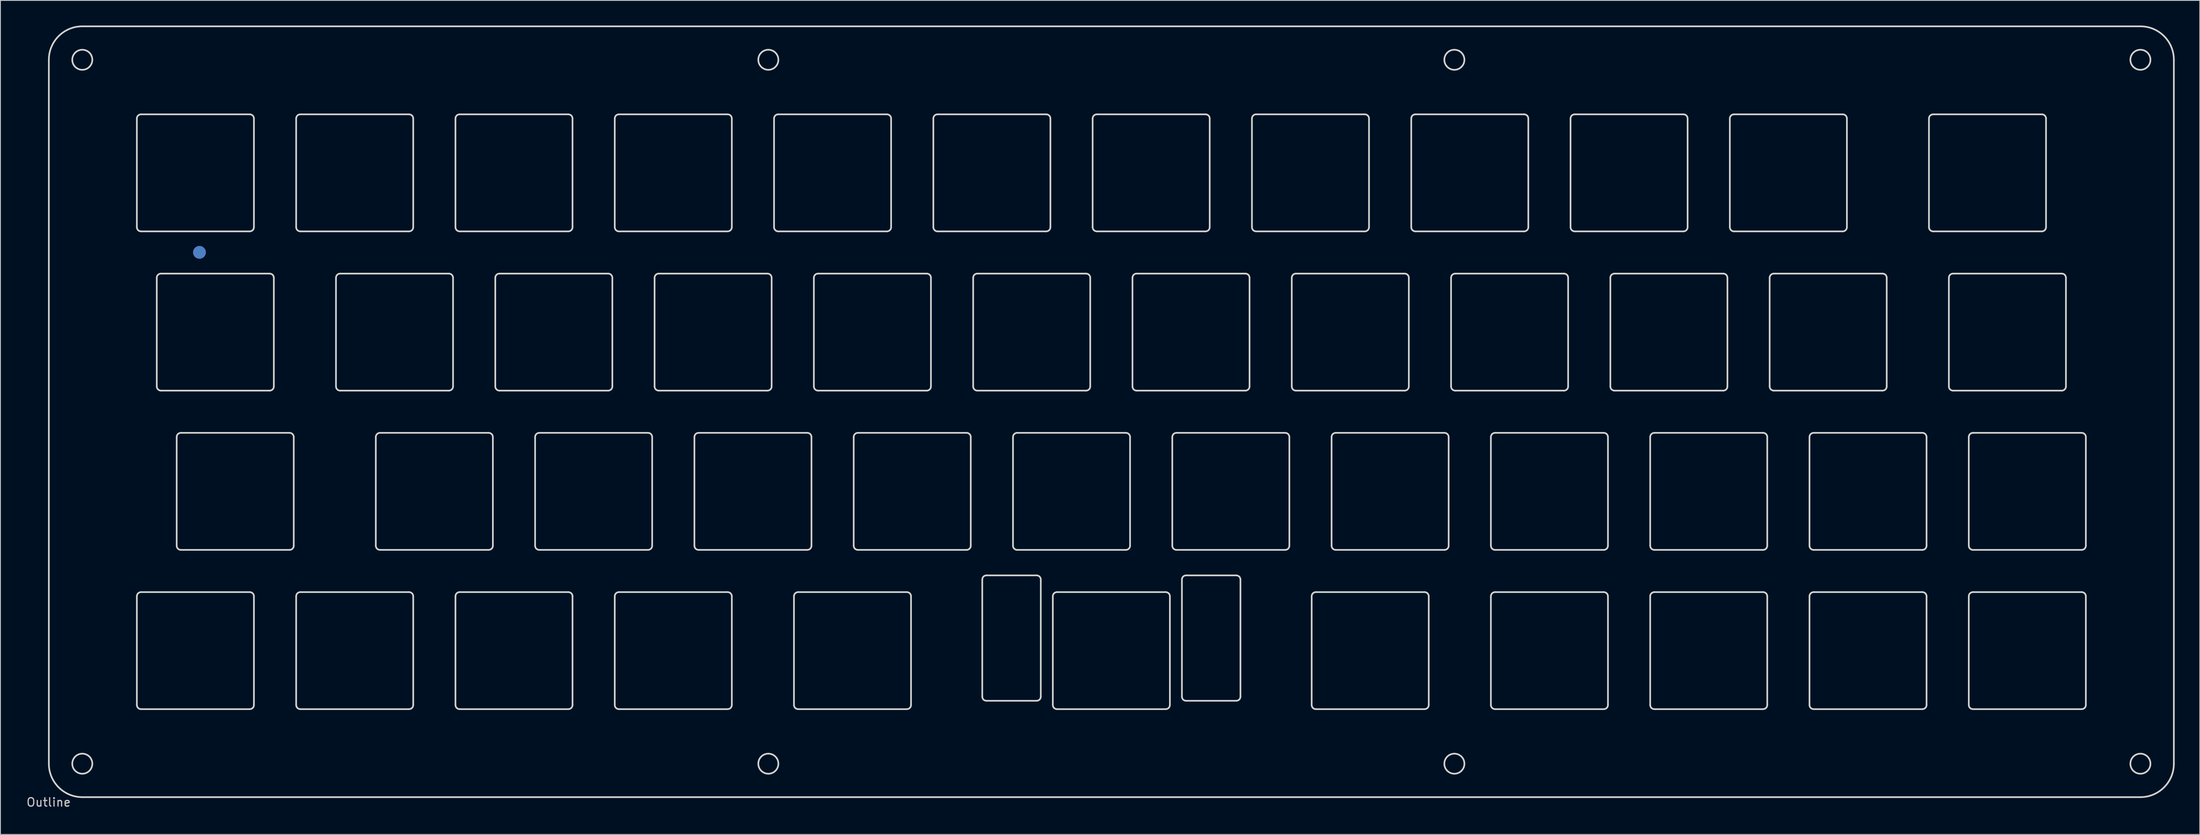
<source format=kicad_pcb>
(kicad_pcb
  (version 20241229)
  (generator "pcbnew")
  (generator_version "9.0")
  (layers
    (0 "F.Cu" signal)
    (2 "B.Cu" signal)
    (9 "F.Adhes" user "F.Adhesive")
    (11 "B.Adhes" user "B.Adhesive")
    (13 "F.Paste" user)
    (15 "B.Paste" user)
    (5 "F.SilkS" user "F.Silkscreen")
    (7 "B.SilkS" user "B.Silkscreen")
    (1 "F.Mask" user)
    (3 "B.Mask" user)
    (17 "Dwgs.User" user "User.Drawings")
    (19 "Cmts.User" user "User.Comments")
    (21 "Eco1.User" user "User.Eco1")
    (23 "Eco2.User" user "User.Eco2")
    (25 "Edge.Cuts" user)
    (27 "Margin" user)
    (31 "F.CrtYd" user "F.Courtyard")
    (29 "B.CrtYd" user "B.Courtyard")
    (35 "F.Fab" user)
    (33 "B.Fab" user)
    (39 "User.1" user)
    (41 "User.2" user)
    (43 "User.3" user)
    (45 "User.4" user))
  (footprint "Outline"
    (layer "F.Cu")
    (at 2.768 92.413)
    (property "Reference" "Outline" (at 0 0.5 0) (layer "Dwgs.User") (effects (font (size 1 1) (thickness 0.15))))
    (attr through_hole)
    (fp_line (start 0.024 -4.113) (end 0.024 -88.313) (stroke (width 0.2) (type solid)) (layer "Edge.Cuts"))
    (fp_line (start 4.024 -92.313) (end 250.149 -92.313) (stroke (width 0.2) (type solid)) (layer "Edge.Cuts"))
    (fp_line (start 10.549 -68.288) (end 10.549 -81.288) (stroke (width 0.2) (type solid)) (layer "Edge.Cuts"))
    (fp_line (start 10.549 -11.138) (end 10.549 -24.138) (stroke (width 0.2) (type solid)) (layer "Edge.Cuts"))
    (fp_line (start 11.049 -81.788) (end 24.049 -81.788) (stroke (width 0.2) (type solid)) (layer "Edge.Cuts"))
    (fp_line (start 11.049 -24.638) (end 24.049 -24.638) (stroke (width 0.2) (type solid)) (layer "Edge.Cuts"))
    (fp_line (start 12.93 -62.238) (end 12.93 -49.238) (stroke (width 0.2) (type solid)) (layer "Edge.Cuts"))
    (fp_line (start 13.43 -48.738) (end 26.43 -48.738) (stroke (width 0.2) (type solid)) (layer "Edge.Cuts"))
    (fp_line (start 15.312 -30.188) (end 15.312 -43.188) (stroke (width 0.2) (type solid)) (layer "Edge.Cuts"))
    (fp_line (start 15.812 -43.688) (end 28.811 -43.688) (stroke (width 0.2) (type solid)) (layer "Edge.Cuts"))
    (fp_line (start 24.049 -67.788) (end 11.049 -67.788) (stroke (width 0.2) (type solid)) (layer "Edge.Cuts"))
    (fp_line (start 24.049 -10.638) (end 11.049 -10.638) (stroke (width 0.2) (type solid)) (layer "Edge.Cuts"))
    (fp_line (start 24.549 -81.288) (end 24.549 -68.288) (stroke (width 0.2) (type solid)) (layer "Edge.Cuts"))
    (fp_line (start 24.549 -24.138) (end 24.549 -11.138) (stroke (width 0.2) (type solid)) (layer "Edge.Cuts"))
    (fp_line (start 26.43 -62.738) (end 13.43 -62.738) (stroke (width 0.2) (type solid)) (layer "Edge.Cuts"))
    (fp_line (start 26.93 -49.238) (end 26.93 -62.238) (stroke (width 0.2) (type solid)) (layer "Edge.Cuts"))
    (fp_line (start 28.811 -29.688) (end 15.812 -29.688) (stroke (width 0.2) (type solid)) (layer "Edge.Cuts"))
    (fp_line (start 29.311 -43.188) (end 29.311 -30.188) (stroke (width 0.2) (type solid)) (layer "Edge.Cuts"))
    (fp_line (start 29.599 -68.288) (end 29.599 -81.288) (stroke (width 0.2) (type solid)) (layer "Edge.Cuts"))
    (fp_line (start 29.599 -24.138) (end 29.599 -11.138) (stroke (width 0.2) (type solid)) (layer "Edge.Cuts"))
    (fp_line (start 30.099 -81.788) (end 43.099 -81.788) (stroke (width 0.2) (type solid)) (layer "Edge.Cuts"))
    (fp_line (start 30.099 -10.638) (end 43.099 -10.638) (stroke (width 0.2) (type solid)) (layer "Edge.Cuts"))
    (fp_line (start 34.361 -49.238) (end 34.361 -62.238) (stroke (width 0.2) (type solid)) (layer "Edge.Cuts"))
    (fp_line (start 34.861 -62.738) (end 47.861 -62.738) (stroke (width 0.2) (type solid)) (layer "Edge.Cuts"))
    (fp_line (start 39.124 -30.188) (end 39.124 -43.188) (stroke (width 0.2) (type solid)) (layer "Edge.Cuts"))
    (fp_line (start 39.624 -43.688) (end 52.624 -43.688) (stroke (width 0.2) (type solid)) (layer "Edge.Cuts"))
    (fp_line (start 43.099 -67.788) (end 30.099 -67.788) (stroke (width 0.2) (type solid)) (layer "Edge.Cuts"))
    (fp_line (start 43.099 -24.638) (end 30.099 -24.638) (stroke (width 0.2) (type solid)) (layer "Edge.Cuts"))
    (fp_line (start 43.599 -81.288) (end 43.599 -68.288) (stroke (width 0.2) (type solid)) (layer "Edge.Cuts"))
    (fp_line (start 43.599 -11.138) (end 43.599 -24.138) (stroke (width 0.2) (type solid)) (layer "Edge.Cuts"))
    (fp_line (start 47.861 -48.738) (end 34.861 -48.738) (stroke (width 0.2) (type solid)) (layer "Edge.Cuts"))
    (fp_line (start 48.361 -62.238) (end 48.361 -49.238) (stroke (width 0.2) (type solid)) (layer "Edge.Cuts"))
    (fp_line (start 48.649 -68.288) (end 48.649 -81.288) (stroke (width 0.2) (type solid)) (layer "Edge.Cuts"))
    (fp_line (start 48.649 -11.138) (end 48.649 -24.138) (stroke (width 0.2) (type solid)) (layer "Edge.Cuts"))
    (fp_line (start 49.149 -81.788) (end 62.149 -81.788) (stroke (width 0.2) (type solid)) (layer "Edge.Cuts"))
    (fp_line (start 49.149 -24.638) (end 62.149 -24.638) (stroke (width 0.2) (type solid)) (layer "Edge.Cuts"))
    (fp_line (start 52.624 -29.688) (end 39.624 -29.688) (stroke (width 0.2) (type solid)) (layer "Edge.Cuts"))
    (fp_line (start 53.124 -43.188) (end 53.124 -30.188) (stroke (width 0.2) (type solid)) (layer "Edge.Cuts"))
    (fp_line (start 53.411 -49.238) (end 53.411 -62.238) (stroke (width 0.2) (type solid)) (layer "Edge.Cuts"))
    (fp_line (start 53.911 -62.738) (end 66.912 -62.738) (stroke (width 0.2) (type solid)) (layer "Edge.Cuts"))
    (fp_line (start 58.174 -30.188) (end 58.174 -43.188) (stroke (width 0.2) (type solid)) (layer "Edge.Cuts"))
    (fp_line (start 58.674 -43.688) (end 71.674 -43.688) (stroke (width 0.2) (type solid)) (layer "Edge.Cuts"))
    (fp_line (start 62.149 -67.788) (end 49.149 -67.788) (stroke (width 0.2) (type solid)) (layer "Edge.Cuts"))
    (fp_line (start 62.149 -10.638) (end 49.149 -10.638) (stroke (width 0.2) (type solid)) (layer "Edge.Cuts"))
    (fp_line (start 62.649 -81.288) (end 62.649 -68.288) (stroke (width 0.2) (type solid)) (layer "Edge.Cuts"))
    (fp_line (start 62.649 -24.138) (end 62.649 -11.138) (stroke (width 0.2) (type solid)) (layer "Edge.Cuts"))
    (fp_line (start 66.912 -48.738) (end 53.911 -48.738) (stroke (width 0.2) (type solid)) (layer "Edge.Cuts"))
    (fp_line (start 67.412 -62.238) (end 67.412 -49.238) (stroke (width 0.2) (type solid)) (layer "Edge.Cuts"))
    (fp_line (start 67.699 -81.288) (end 67.699 -68.288) (stroke (width 0.2) (type solid)) (layer "Edge.Cuts"))
    (fp_line (start 67.699 -11.138) (end 67.699 -24.138) (stroke (width 0.2) (type solid)) (layer "Edge.Cuts"))
    (fp_line (start 68.199 -67.788) (end 81.199 -67.788) (stroke (width 0.2) (type solid)) (layer "Edge.Cuts"))
    (fp_line (start 68.199 -24.638) (end 81.199 -24.638) (stroke (width 0.2) (type solid)) (layer "Edge.Cuts"))
    (fp_line (start 71.674 -29.688) (end 58.674 -29.688) (stroke (width 0.2) (type solid)) (layer "Edge.Cuts"))
    (fp_line (start 72.174 -43.188) (end 72.174 -30.188) (stroke (width 0.2) (type solid)) (layer "Edge.Cuts"))
    (fp_line (start 72.462 -49.238) (end 72.462 -62.238) (stroke (width 0.2) (type solid)) (layer "Edge.Cuts"))
    (fp_line (start 72.962 -62.738) (end 85.962 -62.738) (stroke (width 0.2) (type solid)) (layer "Edge.Cuts"))
    (fp_line (start 77.224 -30.188) (end 77.224 -43.188) (stroke (width 0.2) (type solid)) (layer "Edge.Cuts"))
    (fp_line (start 77.724 -43.688) (end 90.724 -43.688) (stroke (width 0.2) (type solid)) (layer "Edge.Cuts"))
    (fp_line (start 81.199 -81.788) (end 68.199 -81.788) (stroke (width 0.2) (type solid)) (layer "Edge.Cuts"))
    (fp_line (start 81.199 -10.638) (end 68.199 -10.638) (stroke (width 0.2) (type solid)) (layer "Edge.Cuts"))
    (fp_line (start 81.699 -68.288) (end 81.699 -81.288) (stroke (width 0.2) (type solid)) (layer "Edge.Cuts"))
    (fp_line (start 81.699 -24.138) (end 81.699 -11.138) (stroke (width 0.2) (type solid)) (layer "Edge.Cuts"))
    (fp_line (start 85.962 -48.738) (end 72.962 -48.738) (stroke (width 0.2) (type solid)) (layer "Edge.Cuts"))
    (fp_line (start 86.462 -62.238) (end 86.462 -49.238) (stroke (width 0.2) (type solid)) (layer "Edge.Cuts"))
    (fp_line (start 86.749 -68.288) (end 86.749 -81.288) (stroke (width 0.2) (type solid)) (layer "Edge.Cuts"))
    (fp_line (start 87.249 -81.788) (end 100.249 -81.788) (stroke (width 0.2) (type solid)) (layer "Edge.Cuts"))
    (fp_line (start 89.13 -11.138) (end 89.13 -24.138) (stroke (width 0.2) (type solid)) (layer "Edge.Cuts"))
    (fp_line (start 89.63 -24.638) (end 102.63 -24.638) (stroke (width 0.2) (type solid)) (layer "Edge.Cuts"))
    (fp_line (start 90.724 -29.688) (end 77.724 -29.688) (stroke (width 0.2) (type solid)) (layer "Edge.Cuts"))
    (fp_line (start 91.224 -43.188) (end 91.224 -30.188) (stroke (width 0.2) (type solid)) (layer "Edge.Cuts"))
    (fp_line (start 91.511 -49.238) (end 91.511 -62.238) (stroke (width 0.2) (type solid)) (layer "Edge.Cuts"))
    (fp_line (start 92.011 -62.738) (end 105.011 -62.738) (stroke (width 0.2) (type solid)) (layer "Edge.Cuts"))
    (fp_line (start 96.274 -30.188) (end 96.274 -43.188) (stroke (width 0.2) (type solid)) (layer "Edge.Cuts"))
    (fp_line (start 96.774 -43.688) (end 109.774 -43.688) (stroke (width 0.2) (type solid)) (layer "Edge.Cuts"))
    (fp_line (start 100.249 -67.788) (end 87.249 -67.788) (stroke (width 0.2) (type solid)) (layer "Edge.Cuts"))
    (fp_line (start 100.749 -81.288) (end 100.749 -68.288) (stroke (width 0.2) (type solid)) (layer "Edge.Cuts"))
    (fp_line (start 102.63 -10.638) (end 89.63 -10.638) (stroke (width 0.2) (type solid)) (layer "Edge.Cuts"))
    (fp_line (start 103.13 -24.138) (end 103.13 -11.138) (stroke (width 0.2) (type solid)) (layer "Edge.Cuts"))
    (fp_line (start 105.011 -48.738) (end 92.011 -48.738) (stroke (width 0.2) (type solid)) (layer "Edge.Cuts"))
    (fp_line (start 105.511 -62.238) (end 105.511 -49.238) (stroke (width 0.2) (type solid)) (layer "Edge.Cuts"))
    (fp_line (start 105.799 -68.288) (end 105.799 -81.288) (stroke (width 0.2) (type solid)) (layer "Edge.Cuts"))
    (fp_line (start 106.299 -81.788) (end 119.299 -81.788) (stroke (width 0.2) (type solid)) (layer "Edge.Cuts"))
    (fp_line (start 109.774 -29.688) (end 96.774 -29.688) (stroke (width 0.2) (type solid)) (layer "Edge.Cuts"))
    (fp_line (start 110.274 -43.188) (end 110.274 -30.188) (stroke (width 0.2) (type solid)) (layer "Edge.Cuts"))
    (fp_line (start 110.561 -49.238) (end 110.561 -62.238) (stroke (width 0.2) (type solid)) (layer "Edge.Cuts"))
    (fp_line (start 111.061 -62.738) (end 124.061 -62.738) (stroke (width 0.2) (type solid)) (layer "Edge.Cuts"))
    (fp_line (start 111.648 -12.138) (end 111.648 -26.138) (stroke (width 0.2) (type solid)) (layer "Edge.Cuts"))
    (fp_line (start 112.148 -26.638) (end 118.148 -26.638) (stroke (width 0.2) (type solid)) (layer "Edge.Cuts"))
    (fp_line (start 115.324 -30.188) (end 115.324 -43.188) (stroke (width 0.2) (type solid)) (layer "Edge.Cuts"))
    (fp_line (start 115.824 -43.688) (end 128.824 -43.688) (stroke (width 0.2) (type solid)) (layer "Edge.Cuts"))
    (fp_line (start 118.148 -11.638) (end 112.148 -11.638) (stroke (width 0.2) (type solid)) (layer "Edge.Cuts"))
    (fp_line (start 118.648 -26.138) (end 118.648 -12.138) (stroke (width 0.2) (type solid)) (layer "Edge.Cuts"))
    (fp_line (start 119.299 -67.788) (end 106.299 -67.788) (stroke (width 0.2) (type solid)) (layer "Edge.Cuts"))
    (fp_line (start 119.799 -81.288) (end 119.799 -68.288) (stroke (width 0.2) (type solid)) (layer "Edge.Cuts"))
    (fp_line (start 120.087 -11.138) (end 120.087 -24.138) (stroke (width 0.2) (type solid)) (layer "Edge.Cuts"))
    (fp_line (start 120.587 -24.638) (end 133.587 -24.638) (stroke (width 0.2) (type solid)) (layer "Edge.Cuts"))
    (fp_line (start 124.061 -48.738) (end 111.061 -48.738) (stroke (width 0.2) (type solid)) (layer "Edge.Cuts"))
    (fp_line (start 124.561 -62.238) (end 124.561 -49.238) (stroke (width 0.2) (type solid)) (layer "Edge.Cuts"))
    (fp_line (start 124.849 -68.288) (end 124.849 -81.288) (stroke (width 0.2) (type solid)) (layer "Edge.Cuts"))
    (fp_line (start 125.349 -81.788) (end 138.349 -81.788) (stroke (width 0.2) (type solid)) (layer "Edge.Cuts"))
    (fp_line (start 128.824 -29.688) (end 115.824 -29.688) (stroke (width 0.2) (type solid)) (layer "Edge.Cuts"))
    (fp_line (start 129.324 -43.188) (end 129.324 -30.188) (stroke (width 0.2) (type solid)) (layer "Edge.Cuts"))
    (fp_line (start 129.612 -49.238) (end 129.612 -62.238) (stroke (width 0.2) (type solid)) (layer "Edge.Cuts"))
    (fp_line (start 130.112 -62.738) (end 143.112 -62.738) (stroke (width 0.2) (type solid)) (layer "Edge.Cuts"))
    (fp_line (start 133.587 -10.638) (end 120.587 -10.638) (stroke (width 0.2) (type solid)) (layer "Edge.Cuts"))
    (fp_line (start 134.087 -24.138) (end 134.087 -11.138) (stroke (width 0.2) (type solid)) (layer "Edge.Cuts"))
    (fp_line (start 134.374 -30.188) (end 134.374 -43.188) (stroke (width 0.2) (type solid)) (layer "Edge.Cuts"))
    (fp_line (start 134.874 -43.688) (end 147.874 -43.688) (stroke (width 0.2) (type solid)) (layer "Edge.Cuts"))
    (fp_line (start 135.524 -12.138) (end 135.524 -26.138) (stroke (width 0.2) (type solid)) (layer "Edge.Cuts"))
    (fp_line (start 136.024 -26.638) (end 142.024 -26.638) (stroke (width 0.2) (type solid)) (layer "Edge.Cuts"))
    (fp_line (start 138.349 -67.788) (end 125.349 -67.788) (stroke (width 0.2) (type solid)) (layer "Edge.Cuts"))
    (fp_line (start 138.849 -81.288) (end 138.849 -68.288) (stroke (width 0.2) (type solid)) (layer "Edge.Cuts"))
    (fp_line (start 142.024 -11.638) (end 136.024 -11.638) (stroke (width 0.2) (type solid)) (layer "Edge.Cuts"))
    (fp_line (start 142.524 -26.138) (end 142.524 -12.138) (stroke (width 0.2) (type solid)) (layer "Edge.Cuts"))
    (fp_line (start 143.112 -48.738) (end 130.112 -48.738) (stroke (width 0.2) (type solid)) (layer "Edge.Cuts"))
    (fp_line (start 143.612 -62.238) (end 143.612 -49.238) (stroke (width 0.2) (type solid)) (layer "Edge.Cuts"))
    (fp_line (start 143.899 -68.288) (end 143.899 -81.288) (stroke (width 0.2) (type solid)) (layer "Edge.Cuts"))
    (fp_line (start 144.399 -81.788) (end 157.399 -81.788) (stroke (width 0.2) (type solid)) (layer "Edge.Cuts"))
    (fp_line (start 147.874 -29.688) (end 134.874 -29.688) (stroke (width 0.2) (type solid)) (layer "Edge.Cuts"))
    (fp_line (start 148.374 -43.188) (end 148.374 -30.188) (stroke (width 0.2) (type solid)) (layer "Edge.Cuts"))
    (fp_line (start 148.661 -49.238) (end 148.661 -62.238) (stroke (width 0.2) (type solid)) (layer "Edge.Cuts"))
    (fp_line (start 149.161 -62.738) (end 162.161 -62.738) (stroke (width 0.2) (type solid)) (layer "Edge.Cuts"))
    (fp_line (start 151.043 -11.138) (end 151.043 -24.138) (stroke (width 0.2) (type solid)) (layer "Edge.Cuts"))
    (fp_line (start 151.543 -24.638) (end 164.543 -24.638) (stroke (width 0.2) (type solid)) (layer "Edge.Cuts"))
    (fp_line (start 153.424 -30.188) (end 153.424 -43.188) (stroke (width 0.2) (type solid)) (layer "Edge.Cuts"))
    (fp_line (start 153.924 -43.688) (end 166.924 -43.688) (stroke (width 0.2) (type solid)) (layer "Edge.Cuts"))
    (fp_line (start 157.399 -67.788) (end 144.399 -67.788) (stroke (width 0.2) (type solid)) (layer "Edge.Cuts"))
    (fp_line (start 157.899 -81.288) (end 157.899 -68.288) (stroke (width 0.2) (type solid)) (layer "Edge.Cuts"))
    (fp_line (start 162.161 -48.738) (end 149.161 -48.738) (stroke (width 0.2) (type solid)) (layer "Edge.Cuts"))
    (fp_line (start 162.661 -62.238) (end 162.661 -49.238) (stroke (width 0.2) (type solid)) (layer "Edge.Cuts"))
    (fp_line (start 162.949 -68.288) (end 162.949 -81.288) (stroke (width 0.2) (type solid)) (layer "Edge.Cuts"))
    (fp_line (start 163.449 -81.788) (end 176.449 -81.788) (stroke (width 0.2) (type solid)) (layer "Edge.Cuts"))
    (fp_line (start 164.543 -10.638) (end 151.543 -10.638) (stroke (width 0.2) (type solid)) (layer "Edge.Cuts"))
    (fp_line (start 165.043 -24.138) (end 165.043 -11.138) (stroke (width 0.2) (type solid)) (layer "Edge.Cuts"))
    (fp_line (start 166.924 -29.688) (end 153.924 -29.688) (stroke (width 0.2) (type solid)) (layer "Edge.Cuts"))
    (fp_line (start 167.424 -43.188) (end 167.424 -30.188) (stroke (width 0.2) (type solid)) (layer "Edge.Cuts"))
    (fp_line (start 167.712 -49.238) (end 167.712 -62.238) (stroke (width 0.2) (type solid)) (layer "Edge.Cuts"))
    (fp_line (start 168.212 -62.738) (end 181.212 -62.738) (stroke (width 0.2) (type solid)) (layer "Edge.Cuts"))
    (fp_line (start 172.474 -30.188) (end 172.474 -43.188) (stroke (width 0.2) (type solid)) (layer "Edge.Cuts"))
    (fp_line (start 172.474 -11.138) (end 172.474 -24.138) (stroke (width 0.2) (type solid)) (layer "Edge.Cuts"))
    (fp_line (start 172.974 -43.688) (end 185.974 -43.688) (stroke (width 0.2) (type solid)) (layer "Edge.Cuts"))
    (fp_line (start 172.974 -24.638) (end 185.974 -24.638) (stroke (width 0.2) (type solid)) (layer "Edge.Cuts"))
    (fp_line (start 176.449 -67.788) (end 163.449 -67.788) (stroke (width 0.2) (type solid)) (layer "Edge.Cuts"))
    (fp_line (start 176.949 -81.288) (end 176.949 -68.288) (stroke (width 0.2) (type solid)) (layer "Edge.Cuts"))
    (fp_line (start 181.212 -48.738) (end 168.212 -48.738) (stroke (width 0.2) (type solid)) (layer "Edge.Cuts"))
    (fp_line (start 181.712 -62.238) (end 181.712 -49.238) (stroke (width 0.2) (type solid)) (layer "Edge.Cuts"))
    (fp_line (start 181.999 -68.288) (end 181.999 -81.288) (stroke (width 0.2) (type solid)) (layer "Edge.Cuts"))
    (fp_line (start 182.499 -81.788) (end 195.499 -81.788) (stroke (width 0.2) (type solid)) (layer "Edge.Cuts"))
    (fp_line (start 185.974 -29.688) (end 172.974 -29.688) (stroke (width 0.2) (type solid)) (layer "Edge.Cuts"))
    (fp_line (start 185.974 -10.638) (end 172.974 -10.638) (stroke (width 0.2) (type solid)) (layer "Edge.Cuts"))
    (fp_line (start 186.474 -43.188) (end 186.474 -30.188) (stroke (width 0.2) (type solid)) (layer "Edge.Cuts"))
    (fp_line (start 186.474 -24.138) (end 186.474 -11.138) (stroke (width 0.2) (type solid)) (layer "Edge.Cuts"))
    (fp_line (start 186.762 -49.238) (end 186.762 -62.238) (stroke (width 0.2) (type solid)) (layer "Edge.Cuts"))
    (fp_line (start 187.262 -62.738) (end 200.262 -62.738) (stroke (width 0.2) (type solid)) (layer "Edge.Cuts"))
    (fp_line (start 191.524 -30.188) (end 191.524 -43.188) (stroke (width 0.2) (type solid)) (layer "Edge.Cuts"))
    (fp_line (start 191.524 -11.138) (end 191.524 -24.138) (stroke (width 0.2) (type solid)) (layer "Edge.Cuts"))
    (fp_line (start 192.024 -43.688) (end 205.024 -43.688) (stroke (width 0.2) (type solid)) (layer "Edge.Cuts"))
    (fp_line (start 192.024 -24.638) (end 205.024 -24.638) (stroke (width 0.2) (type solid)) (layer "Edge.Cuts"))
    (fp_line (start 195.499 -67.788) (end 182.499 -67.788) (stroke (width 0.2) (type solid)) (layer "Edge.Cuts"))
    (fp_line (start 195.999 -81.288) (end 195.999 -68.288) (stroke (width 0.2) (type solid)) (layer "Edge.Cuts"))
    (fp_line (start 200.262 -48.738) (end 187.262 -48.738) (stroke (width 0.2) (type solid)) (layer "Edge.Cuts"))
    (fp_line (start 200.762 -62.238) (end 200.762 -49.238) (stroke (width 0.2) (type solid)) (layer "Edge.Cuts"))
    (fp_line (start 201.049 -68.288) (end 201.049 -81.288) (stroke (width 0.2) (type solid)) (layer "Edge.Cuts"))
    (fp_line (start 201.549 -81.788) (end 214.549 -81.788) (stroke (width 0.2) (type solid)) (layer "Edge.Cuts"))
    (fp_line (start 205.024 -29.688) (end 192.024 -29.688) (stroke (width 0.2) (type solid)) (layer "Edge.Cuts"))
    (fp_line (start 205.024 -10.638) (end 192.024 -10.638) (stroke (width 0.2) (type solid)) (layer "Edge.Cuts"))
    (fp_line (start 205.524 -43.188) (end 205.524 -30.188) (stroke (width 0.2) (type solid)) (layer "Edge.Cuts"))
    (fp_line (start 205.524 -24.138) (end 205.524 -11.138) (stroke (width 0.2) (type solid)) (layer "Edge.Cuts"))
    (fp_line (start 205.811 -49.238) (end 205.811 -62.238) (stroke (width 0.2) (type solid)) (layer "Edge.Cuts"))
    (fp_line (start 206.311 -62.738) (end 219.311 -62.738) (stroke (width 0.2) (type solid)) (layer "Edge.Cuts"))
    (fp_line (start 210.574 -30.188) (end 210.574 -43.188) (stroke (width 0.2) (type solid)) (layer "Edge.Cuts"))
    (fp_line (start 210.574 -24.138) (end 210.574 -11.138) (stroke (width 0.2) (type solid)) (layer "Edge.Cuts"))
    (fp_line (start 211.074 -43.688) (end 224.074 -43.688) (stroke (width 0.2) (type solid)) (layer "Edge.Cuts"))
    (fp_line (start 211.074 -10.638) (end 224.074 -10.638) (stroke (width 0.2) (type solid)) (layer "Edge.Cuts"))
    (fp_line (start 214.549 -67.788) (end 201.549 -67.788) (stroke (width 0.2) (type solid)) (layer "Edge.Cuts"))
    (fp_line (start 215.049 -81.288) (end 215.049 -68.288) (stroke (width 0.2) (type solid)) (layer "Edge.Cuts"))
    (fp_line (start 219.311 -48.738) (end 206.311 -48.738) (stroke (width 0.2) (type solid)) (layer "Edge.Cuts"))
    (fp_line (start 219.811 -62.238) (end 219.811 -49.238) (stroke (width 0.2) (type solid)) (layer "Edge.Cuts"))
    (fp_line (start 224.074 -29.688) (end 211.074 -29.688) (stroke (width 0.2) (type solid)) (layer "Edge.Cuts"))
    (fp_line (start 224.074 -24.638) (end 211.074 -24.638) (stroke (width 0.2) (type solid)) (layer "Edge.Cuts"))
    (fp_line (start 224.574 -43.188) (end 224.574 -30.188) (stroke (width 0.2) (type solid)) (layer "Edge.Cuts"))
    (fp_line (start 224.574 -11.138) (end 224.574 -24.138) (stroke (width 0.2) (type solid)) (layer "Edge.Cuts"))
    (fp_line (start 224.862 -68.288) (end 224.862 -81.288) (stroke (width 0.2) (type solid)) (layer "Edge.Cuts"))
    (fp_line (start 225.362 -81.788) (end 238.362 -81.788) (stroke (width 0.2) (type solid)) (layer "Edge.Cuts"))
    (fp_line (start 227.243 -62.238) (end 227.243 -49.238) (stroke (width 0.2) (type solid)) (layer "Edge.Cuts"))
    (fp_line (start 227.743 -48.738) (end 240.743 -48.738) (stroke (width 0.2) (type solid)) (layer "Edge.Cuts"))
    (fp_line (start 229.624 -30.188) (end 229.624 -43.188) (stroke (width 0.2) (type solid)) (layer "Edge.Cuts"))
    (fp_line (start 229.624 -11.138) (end 229.624 -24.138) (stroke (width 0.2) (type solid)) (layer "Edge.Cuts"))
    (fp_line (start 230.124 -43.688) (end 243.124 -43.688) (stroke (width 0.2) (type solid)) (layer "Edge.Cuts"))
    (fp_line (start 230.124 -24.638) (end 243.124 -24.638) (stroke (width 0.2) (type solid)) (layer "Edge.Cuts"))
    (fp_line (start 238.362 -67.788) (end 225.362 -67.788) (stroke (width 0.2) (type solid)) (layer "Edge.Cuts"))
    (fp_line (start 238.862 -81.288) (end 238.862 -68.288) (stroke (width 0.2) (type solid)) (layer "Edge.Cuts"))
    (fp_line (start 240.743 -62.738) (end 227.743 -62.738) (stroke (width 0.2) (type solid)) (layer "Edge.Cuts"))
    (fp_line (start 241.243 -49.238) (end 241.243 -62.238) (stroke (width 0.2) (type solid)) (layer "Edge.Cuts"))
    (fp_line (start 243.124 -29.688) (end 230.124 -29.688) (stroke (width 0.2) (type solid)) (layer "Edge.Cuts"))
    (fp_line (start 243.124 -10.638) (end 230.124 -10.638) (stroke (width 0.2) (type solid)) (layer "Edge.Cuts"))
    (fp_line (start 243.624 -43.188) (end 243.624 -30.188) (stroke (width 0.2) (type solid)) (layer "Edge.Cuts"))
    (fp_line (start 243.624 -24.138) (end 243.624 -11.138) (stroke (width 0.2) (type solid)) (layer "Edge.Cuts"))
    (fp_line (start 250.149 -0.113) (end 4.024 -0.113) (stroke (width 0.2) (type solid)) (layer "Edge.Cuts"))
    (fp_line (start 254.149 -88.313) (end 254.149 -4.113) (stroke (width 0.2) (type solid)) (layer "Edge.Cuts"))
    (fp_arc (start 0.024 -88.313) (mid 1.195573 -91.141427) (end 4.024 -92.313) (stroke (width 0.2) (type solid)) (layer "Edge.Cuts"))
    (fp_arc (start 4.024 -0.113) (mid 1.195573 -1.284573) (end 0.024 -4.113) (stroke (width 0.2) (type solid)) (layer "Edge.Cuts"))
    (fp_arc (start 10.549 -81.288) (mid 10.695447 -81.641553) (end 11.049 -81.788) (stroke (width 0.2) (type solid)) (layer "Edge.Cuts"))
    (fp_arc (start 10.549 -24.138) (mid 10.695447 -24.491553) (end 11.049 -24.638) (stroke (width 0.2) (type solid)) (layer "Edge.Cuts"))
    (fp_arc (start 11.049 -67.788) (mid 10.695447 -67.934447) (end 10.549 -68.288) (stroke (width 0.2) (type solid)) (layer "Edge.Cuts"))
    (fp_arc (start 11.049 -10.638) (mid 10.695447 -10.784447) (end 10.549 -11.138) (stroke (width 0.2) (type solid)) (layer "Edge.Cuts"))
    (fp_arc (start 12.93025 -62.238) (mid 13.076697 -62.591553) (end 13.43025 -62.738) (stroke (width 0.2) (type solid)) (layer "Edge.Cuts"))
    (fp_arc (start 13.43025 -48.738) (mid 13.076697 -48.884447) (end 12.93025 -49.238) (stroke (width 0.2) (type solid)) (layer "Edge.Cuts"))
    (fp_arc (start 15.3115 -43.188) (mid 15.457947 -43.541553) (end 15.8115 -43.688) (stroke (width 0.2) (type solid)) (layer "Edge.Cuts"))
    (fp_arc (start 15.8115 -29.688) (mid 15.457947 -29.834447) (end 15.3115 -30.188) (stroke (width 0.2) (type solid)) (layer "Edge.Cuts"))
    (fp_arc (start 24.049 -81.788) (mid 24.402553 -81.641553) (end 24.549 -81.288) (stroke (width 0.2) (type solid)) (layer "Edge.Cuts"))
    (fp_arc (start 24.049 -24.638) (mid 24.402553 -24.491553) (end 24.549 -24.138) (stroke (width 0.2) (type solid)) (layer "Edge.Cuts"))
    (fp_arc (start 24.549 -68.288) (mid 24.402553 -67.934447) (end 24.049 -67.788) (stroke (width 0.2) (type solid)) (layer "Edge.Cuts"))
    (fp_arc (start 24.549 -11.138) (mid 24.402553 -10.784447) (end 24.049 -10.638) (stroke (width 0.2) (type solid)) (layer "Edge.Cuts"))
    (fp_arc (start 26.43025 -62.738) (mid 26.783803 -62.591553) (end 26.93025 -62.238) (stroke (width 0.2) (type solid)) (layer "Edge.Cuts"))
    (fp_arc (start 26.93025 -49.238) (mid 26.783803 -48.884447) (end 26.43025 -48.738) (stroke (width 0.2) (type solid)) (layer "Edge.Cuts"))
    (fp_arc (start 28.8115 -43.688) (mid 29.165053 -43.541553) (end 29.3115 -43.188) (stroke (width 0.2) (type solid)) (layer "Edge.Cuts"))
    (fp_arc (start 29.3115 -30.188) (mid 29.165053 -29.834447) (end 28.8115 -29.688) (stroke (width 0.2) (type solid)) (layer "Edge.Cuts"))
    (fp_arc (start 29.599 -81.288) (mid 29.745447 -81.641553) (end 30.099 -81.788) (stroke (width 0.2) (type solid)) (layer "Edge.Cuts"))
    (fp_arc (start 29.599 -24.138) (mid 29.745447 -24.491553) (end 30.099 -24.638) (stroke (width 0.2) (type solid)) (layer "Edge.Cuts"))
    (fp_arc (start 30.099 -67.788) (mid 29.745447 -67.934447) (end 29.599 -68.288) (stroke (width 0.2) (type solid)) (layer "Edge.Cuts"))
    (fp_arc (start 30.099 -10.638) (mid 29.745447 -10.784447) (end 29.599 -11.138) (stroke (width 0.2) (type solid)) (layer "Edge.Cuts"))
    (fp_arc (start 34.3615 -62.238) (mid 34.507947 -62.591553) (end 34.8615 -62.738) (stroke (width 0.2) (type solid)) (layer "Edge.Cuts"))
    (fp_arc (start 34.8615 -48.738) (mid 34.507947 -48.884447) (end 34.3615 -49.238) (stroke (width 0.2) (type solid)) (layer "Edge.Cuts"))
    (fp_arc (start 39.124 -43.188) (mid 39.270447 -43.541553) (end 39.624 -43.688) (stroke (width 0.2) (type solid)) (layer "Edge.Cuts"))
    (fp_arc (start 39.624 -29.688) (mid 39.270447 -29.834447) (end 39.124 -30.188) (stroke (width 0.2) (type solid)) (layer "Edge.Cuts"))
    (fp_arc (start 43.099 -81.788) (mid 43.452553 -81.641553) (end 43.599 -81.288) (stroke (width 0.2) (type solid)) (layer "Edge.Cuts"))
    (fp_arc (start 43.099 -24.638) (mid 43.452553 -24.491553) (end 43.599 -24.138) (stroke (width 0.2) (type solid)) (layer "Edge.Cuts"))
    (fp_arc (start 43.599 -68.288) (mid 43.452553 -67.934447) (end 43.099 -67.788) (stroke (width 0.2) (type solid)) (layer "Edge.Cuts"))
    (fp_arc (start 43.599 -11.138) (mid 43.452553 -10.784447) (end 43.099 -10.638) (stroke (width 0.2) (type solid)) (layer "Edge.Cuts"))
    (fp_arc (start 47.8615 -62.738) (mid 48.215053 -62.591553) (end 48.3615 -62.238) (stroke (width 0.2) (type solid)) (layer "Edge.Cuts"))
    (fp_arc (start 48.3615 -49.238) (mid 48.215053 -48.884447) (end 47.8615 -48.738) (stroke (width 0.2) (type solid)) (layer "Edge.Cuts"))
    (fp_arc (start 48.649 -81.288) (mid 48.795447 -81.641553) (end 49.149 -81.788) (stroke (width 0.2) (type solid)) (layer "Edge.Cuts"))
    (fp_arc (start 48.649 -24.138) (mid 48.795447 -24.491553) (end 49.149 -24.638) (stroke (width 0.2) (type solid)) (layer "Edge.Cuts"))
    (fp_arc (start 49.149 -67.788) (mid 48.795447 -67.934447) (end 48.649 -68.288) (stroke (width 0.2) (type solid)) (layer "Edge.Cuts"))
    (fp_arc (start 49.149 -10.638) (mid 48.795447 -10.784447) (end 48.649 -11.138) (stroke (width 0.2) (type solid)) (layer "Edge.Cuts"))
    (fp_arc (start 52.624 -43.688) (mid 52.977553 -43.541553) (end 53.124 -43.188) (stroke (width 0.2) (type solid)) (layer "Edge.Cuts"))
    (fp_arc (start 53.124 -30.188) (mid 52.977553 -29.834447) (end 52.624 -29.688) (stroke (width 0.2) (type solid)) (layer "Edge.Cuts"))
    (fp_arc (start 53.4115 -62.238) (mid 53.557947 -62.591553) (end 53.9115 -62.738) (stroke (width 0.2) (type solid)) (layer "Edge.Cuts"))
    (fp_arc (start 53.9115 -48.738) (mid 53.557947 -48.884447) (end 53.4115 -49.238) (stroke (width 0.2) (type solid)) (layer "Edge.Cuts"))
    (fp_arc (start 58.174 -43.188) (mid 58.320447 -43.541553) (end 58.674 -43.688) (stroke (width 0.2) (type solid)) (layer "Edge.Cuts"))
    (fp_arc (start 58.674 -29.688) (mid 58.320447 -29.834447) (end 58.174 -30.188) (stroke (width 0.2) (type solid)) (layer "Edge.Cuts"))
    (fp_arc (start 62.149 -81.788) (mid 62.502553 -81.641553) (end 62.649 -81.288) (stroke (width 0.2) (type solid)) (layer "Edge.Cuts"))
    (fp_arc (start 62.149 -24.638) (mid 62.502553 -24.491553) (end 62.649 -24.138) (stroke (width 0.2) (type solid)) (layer "Edge.Cuts"))
    (fp_arc (start 62.649 -68.288) (mid 62.502553 -67.934447) (end 62.149 -67.788) (stroke (width 0.2) (type solid)) (layer "Edge.Cuts"))
    (fp_arc (start 62.649 -11.138) (mid 62.502553 -10.784447) (end 62.149 -10.638) (stroke (width 0.2) (type solid)) (layer "Edge.Cuts"))
    (fp_arc (start 66.9115 -62.738) (mid 67.265053 -62.591553) (end 67.4115 -62.238) (stroke (width 0.2) (type solid)) (layer "Edge.Cuts"))
    (fp_arc (start 67.4115 -49.238) (mid 67.265053 -48.884447) (end 66.9115 -48.738) (stroke (width 0.2) (type solid)) (layer "Edge.Cuts"))
    (fp_arc (start 67.699 -81.288) (mid 67.845447 -81.641553) (end 68.199 -81.788) (stroke (width 0.2) (type solid)) (layer "Edge.Cuts"))
    (fp_arc (start 67.699 -24.138) (mid 67.845447 -24.491553) (end 68.199 -24.638) (stroke (width 0.2) (type solid)) (layer "Edge.Cuts"))
    (fp_arc (start 68.199 -67.788) (mid 67.845447 -67.934447) (end 67.699 -68.288) (stroke (width 0.2) (type solid)) (layer "Edge.Cuts"))
    (fp_arc (start 68.199 -10.638) (mid 67.845447 -10.784447) (end 67.699 -11.138) (stroke (width 0.2) (type solid)) (layer "Edge.Cuts"))
    (fp_arc (start 71.674 -43.688) (mid 72.027553 -43.541553) (end 72.174 -43.188) (stroke (width 0.2) (type solid)) (layer "Edge.Cuts"))
    (fp_arc (start 72.174 -30.188) (mid 72.027553 -29.834447) (end 71.674 -29.688) (stroke (width 0.2) (type solid)) (layer "Edge.Cuts"))
    (fp_arc (start 72.4615 -62.238) (mid 72.607947 -62.591553) (end 72.9615 -62.738) (stroke (width 0.2) (type solid)) (layer "Edge.Cuts"))
    (fp_arc (start 72.9615 -48.738) (mid 72.607947 -48.884447) (end 72.4615 -49.238) (stroke (width 0.2) (type solid)) (layer "Edge.Cuts"))
    (fp_arc (start 77.224 -43.188) (mid 77.370447 -43.541553) (end 77.724 -43.688) (stroke (width 0.2) (type solid)) (layer "Edge.Cuts"))
    (fp_arc (start 77.724 -29.688) (mid 77.370447 -29.834447) (end 77.224 -30.188) (stroke (width 0.2) (type solid)) (layer "Edge.Cuts"))
    (fp_arc (start 81.199 -81.788) (mid 81.552553 -81.641553) (end 81.699 -81.288) (stroke (width 0.2) (type solid)) (layer "Edge.Cuts"))
    (fp_arc (start 81.199 -24.638) (mid 81.552553 -24.491553) (end 81.699 -24.138) (stroke (width 0.2) (type solid)) (layer "Edge.Cuts"))
    (fp_arc (start 81.699 -68.288) (mid 81.552553 -67.934447) (end 81.199 -67.788) (stroke (width 0.2) (type solid)) (layer "Edge.Cuts"))
    (fp_arc (start 81.699 -11.138) (mid 81.552553 -10.784447) (end 81.199 -10.638) (stroke (width 0.2) (type solid)) (layer "Edge.Cuts"))
    (fp_arc (start 85.9615 -62.738) (mid 86.315053 -62.591553) (end 86.4615 -62.238) (stroke (width 0.2) (type solid)) (layer "Edge.Cuts"))
    (fp_arc (start 86.4615 -49.238) (mid 86.315053 -48.884447) (end 85.9615 -48.738) (stroke (width 0.2) (type solid)) (layer "Edge.Cuts"))
    (fp_arc (start 86.749 -81.288) (mid 86.895447 -81.641553) (end 87.249 -81.788) (stroke (width 0.2) (type solid)) (layer "Edge.Cuts"))
    (fp_arc (start 87.249 -67.788) (mid 86.895447 -67.934447) (end 86.749 -68.288) (stroke (width 0.2) (type solid)) (layer "Edge.Cuts"))
    (fp_arc (start 89.13025 -24.138) (mid 89.276697 -24.491553) (end 89.63025 -24.638) (stroke (width 0.2) (type solid)) (layer "Edge.Cuts"))
    (fp_arc (start 89.63025 -10.638) (mid 89.276697 -10.784447) (end 89.13025 -11.138) (stroke (width 0.2) (type solid)) (layer "Edge.Cuts"))
    (fp_arc (start 90.724 -43.688) (mid 91.077553 -43.541553) (end 91.224 -43.188) (stroke (width 0.2) (type solid)) (layer "Edge.Cuts"))
    (fp_arc (start 91.224 -30.188) (mid 91.077553 -29.834447) (end 90.724 -29.688) (stroke (width 0.2) (type solid)) (layer "Edge.Cuts"))
    (fp_arc (start 91.5115 -62.238) (mid 91.657947 -62.591553) (end 92.0115 -62.738) (stroke (width 0.2) (type solid)) (layer "Edge.Cuts"))
    (fp_arc (start 92.0115 -48.738) (mid 91.657947 -48.884447) (end 91.5115 -49.238) (stroke (width 0.2) (type solid)) (layer "Edge.Cuts"))
    (fp_arc (start 96.274 -43.188) (mid 96.420447 -43.541553) (end 96.774 -43.688) (stroke (width 0.2) (type solid)) (layer "Edge.Cuts"))
    (fp_arc (start 96.774 -29.688) (mid 96.420447 -29.834447) (end 96.274 -30.188) (stroke (width 0.2) (type solid)) (layer "Edge.Cuts"))
    (fp_arc (start 100.249 -81.788) (mid 100.602553 -81.641553) (end 100.749 -81.288) (stroke (width 0.2) (type solid)) (layer "Edge.Cuts"))
    (fp_arc (start 100.749 -68.288) (mid 100.602553 -67.934447) (end 100.249 -67.788) (stroke (width 0.2) (type solid)) (layer "Edge.Cuts"))
    (fp_arc (start 102.63025 -24.638) (mid 102.983803 -24.491553) (end 103.13025 -24.138) (stroke (width 0.2) (type solid)) (layer "Edge.Cuts"))
    (fp_arc (start 103.13025 -11.138) (mid 102.983803 -10.784447) (end 102.63025 -10.638) (stroke (width 0.2) (type solid)) (layer "Edge.Cuts"))
    (fp_arc (start 105.0115 -62.738) (mid 105.365053 -62.591553) (end 105.5115 -62.238) (stroke (width 0.2) (type solid)) (layer "Edge.Cuts"))
    (fp_arc (start 105.5115 -49.238) (mid 105.365053 -48.884447) (end 105.0115 -48.738) (stroke (width 0.2) (type solid)) (layer "Edge.Cuts"))
    (fp_arc (start 105.799 -81.288) (mid 105.945447 -81.641553) (end 106.299 -81.788) (stroke (width 0.2) (type solid)) (layer "Edge.Cuts"))
    (fp_arc (start 106.299 -67.788) (mid 105.945447 -67.934447) (end 105.799 -68.288) (stroke (width 0.2) (type solid)) (layer "Edge.Cuts"))
    (fp_arc (start 109.774 -43.688) (mid 110.127553 -43.541553) (end 110.274 -43.188) (stroke (width 0.2) (type solid)) (layer "Edge.Cuts"))
    (fp_arc (start 110.274 -30.188) (mid 110.127553 -29.834447) (end 109.774 -29.688) (stroke (width 0.2) (type solid)) (layer "Edge.Cuts"))
    (fp_arc (start 110.5615 -62.238) (mid 110.707947 -62.591553) (end 111.0615 -62.738) (stroke (width 0.2) (type solid)) (layer "Edge.Cuts"))
    (fp_arc (start 111.0615 -48.738) (mid 110.707947 -48.884447) (end 110.5615 -49.238) (stroke (width 0.2) (type solid)) (layer "Edge.Cuts"))
    (fp_arc (start 111.6485 -26.138) (mid 111.794947 -26.491553) (end 112.1485 -26.638) (stroke (width 0.2) (type solid)) (layer "Edge.Cuts"))
    (fp_arc (start 112.1485 -11.638) (mid 111.794947 -11.784447) (end 111.6485 -12.138) (stroke (width 0.2) (type solid)) (layer "Edge.Cuts"))
    (fp_arc (start 115.324 -43.188) (mid 115.470447 -43.541553) (end 115.824 -43.688) (stroke (width 0.2) (type solid)) (layer "Edge.Cuts"))
    (fp_arc (start 115.824 -29.688) (mid 115.470447 -29.834447) (end 115.324 -30.188) (stroke (width 0.2) (type solid)) (layer "Edge.Cuts"))
    (fp_arc (start 118.1485 -26.638) (mid 118.502053 -26.491553) (end 118.6485 -26.138) (stroke (width 0.2) (type solid)) (layer "Edge.Cuts"))
    (fp_arc (start 118.6485 -12.138) (mid 118.502053 -11.784447) (end 118.1485 -11.638) (stroke (width 0.2) (type solid)) (layer "Edge.Cuts"))
    (fp_arc (start 119.299 -81.788) (mid 119.652553 -81.641553) (end 119.799 -81.288) (stroke (width 0.2) (type solid)) (layer "Edge.Cuts"))
    (fp_arc (start 119.799 -68.288) (mid 119.652553 -67.934447) (end 119.299 -67.788) (stroke (width 0.2) (type solid)) (layer "Edge.Cuts"))
    (fp_arc (start 120.0865 -24.138) (mid 120.232947 -24.491553) (end 120.5865 -24.638) (stroke (width 0.2) (type solid)) (layer "Edge.Cuts"))
    (fp_arc (start 120.5865 -10.638) (mid 120.232947 -10.784447) (end 120.0865 -11.138) (stroke (width 0.2) (type solid)) (layer "Edge.Cuts"))
    (fp_arc (start 124.0615 -62.738) (mid 124.415053 -62.591553) (end 124.5615 -62.238) (stroke (width 0.2) (type solid)) (layer "Edge.Cuts"))
    (fp_arc (start 124.5615 -49.238) (mid 124.415053 -48.884447) (end 124.0615 -48.738) (stroke (width 0.2) (type solid)) (layer "Edge.Cuts"))
    (fp_arc (start 124.849 -81.288) (mid 124.995447 -81.641553) (end 125.349 -81.788) (stroke (width 0.2) (type solid)) (layer "Edge.Cuts"))
    (fp_arc (start 125.349 -67.788) (mid 124.995447 -67.934447) (end 124.849 -68.288) (stroke (width 0.2) (type solid)) (layer "Edge.Cuts"))
    (fp_arc (start 128.824 -43.688) (mid 129.177553 -43.541553) (end 129.324 -43.188) (stroke (width 0.2) (type solid)) (layer "Edge.Cuts"))
    (fp_arc (start 129.324 -30.188) (mid 129.177553 -29.834447) (end 128.824 -29.688) (stroke (width 0.2) (type solid)) (layer "Edge.Cuts"))
    (fp_arc (start 129.6115 -62.238) (mid 129.757947 -62.591553) (end 130.1115 -62.738) (stroke (width 0.2) (type solid)) (layer "Edge.Cuts"))
    (fp_arc (start 130.1115 -48.738) (mid 129.757947 -48.884447) (end 129.6115 -49.238) (stroke (width 0.2) (type solid)) (layer "Edge.Cuts"))
    (fp_arc (start 133.5865 -24.638) (mid 133.940053 -24.491553) (end 134.0865 -24.138) (stroke (width 0.2) (type solid)) (layer "Edge.Cuts"))
    (fp_arc (start 134.0865 -11.138) (mid 133.940053 -10.784447) (end 133.5865 -10.638) (stroke (width 0.2) (type solid)) (layer "Edge.Cuts"))
    (fp_arc (start 134.374 -43.188) (mid 134.520447 -43.541553) (end 134.874 -43.688) (stroke (width 0.2) (type solid)) (layer "Edge.Cuts"))
    (fp_arc (start 134.874 -29.688) (mid 134.520447 -29.834447) (end 134.374 -30.188) (stroke (width 0.2) (type solid)) (layer "Edge.Cuts"))
    (fp_arc (start 135.5245 -26.138) (mid 135.670947 -26.491553) (end 136.0245 -26.638) (stroke (width 0.2) (type solid)) (layer "Edge.Cuts"))
    (fp_arc (start 136.0245 -11.638) (mid 135.670947 -11.784447) (end 135.5245 -12.138) (stroke (width 0.2) (type solid)) (layer "Edge.Cuts"))
    (fp_arc (start 138.349 -81.788) (mid 138.702553 -81.641553) (end 138.849 -81.288) (stroke (width 0.2) (type solid)) (layer "Edge.Cuts"))
    (fp_arc (start 138.849 -68.288) (mid 138.702553 -67.934447) (end 138.349 -67.788) (stroke (width 0.2) (type solid)) (layer "Edge.Cuts"))
    (fp_arc (start 142.0245 -26.638) (mid 142.378053 -26.491553) (end 142.5245 -26.138) (stroke (width 0.2) (type solid)) (layer "Edge.Cuts"))
    (fp_arc (start 142.5245 -12.138) (mid 142.378053 -11.784447) (end 142.0245 -11.638) (stroke (width 0.2) (type solid)) (layer "Edge.Cuts"))
    (fp_arc (start 143.1115 -62.738) (mid 143.465053 -62.591553) (end 143.6115 -62.238) (stroke (width 0.2) (type solid)) (layer "Edge.Cuts"))
    (fp_arc (start 143.6115 -49.238) (mid 143.465053 -48.884447) (end 143.1115 -48.738) (stroke (width 0.2) (type solid)) (layer "Edge.Cuts"))
    (fp_arc (start 143.899 -81.288) (mid 144.045447 -81.641553) (end 144.399 -81.788) (stroke (width 0.2) (type solid)) (layer "Edge.Cuts"))
    (fp_arc (start 144.399 -67.788) (mid 144.045447 -67.934447) (end 143.899 -68.288) (stroke (width 0.2) (type solid)) (layer "Edge.Cuts"))
    (fp_arc (start 147.874 -43.688) (mid 148.227553 -43.541553) (end 148.374 -43.188) (stroke (width 0.2) (type solid)) (layer "Edge.Cuts"))
    (fp_arc (start 148.374 -30.188) (mid 148.227553 -29.834447) (end 147.874 -29.688) (stroke (width 0.2) (type solid)) (layer "Edge.Cuts"))
    (fp_arc (start 148.6615 -62.238) (mid 148.807947 -62.591553) (end 149.1615 -62.738) (stroke (width 0.2) (type solid)) (layer "Edge.Cuts"))
    (fp_arc (start 149.1615 -48.738) (mid 148.807947 -48.884447) (end 148.6615 -49.238) (stroke (width 0.2) (type solid)) (layer "Edge.Cuts"))
    (fp_arc (start 151.04275 -24.138) (mid 151.189197 -24.491553) (end 151.54275 -24.638) (stroke (width 0.2) (type solid)) (layer "Edge.Cuts"))
    (fp_arc (start 151.54275 -10.638) (mid 151.189197 -10.784447) (end 151.04275 -11.138) (stroke (width 0.2) (type solid)) (layer "Edge.Cuts"))
    (fp_arc (start 153.424 -43.188) (mid 153.570447 -43.541553) (end 153.924 -43.688) (stroke (width 0.2) (type solid)) (layer "Edge.Cuts"))
    (fp_arc (start 153.924 -29.688) (mid 153.570447 -29.834447) (end 153.424 -30.188) (stroke (width 0.2) (type solid)) (layer "Edge.Cuts"))
    (fp_arc (start 157.399 -81.788) (mid 157.752553 -81.641553) (end 157.899 -81.288) (stroke (width 0.2) (type solid)) (layer "Edge.Cuts"))
    (fp_arc (start 157.899 -68.288) (mid 157.752553 -67.934447) (end 157.399 -67.788) (stroke (width 0.2) (type solid)) (layer "Edge.Cuts"))
    (fp_arc (start 162.1615 -62.738) (mid 162.515053 -62.591553) (end 162.6615 -62.238) (stroke (width 0.2) (type solid)) (layer "Edge.Cuts"))
    (fp_arc (start 162.6615 -49.238) (mid 162.515053 -48.884447) (end 162.1615 -48.738) (stroke (width 0.2) (type solid)) (layer "Edge.Cuts"))
    (fp_arc (start 162.949 -81.288) (mid 163.095447 -81.641553) (end 163.449 -81.788) (stroke (width 0.2) (type solid)) (layer "Edge.Cuts"))
    (fp_arc (start 163.449 -67.788) (mid 163.095447 -67.934447) (end 162.949 -68.288) (stroke (width 0.2) (type solid)) (layer "Edge.Cuts"))
    (fp_arc (start 164.54275 -24.638) (mid 164.896303 -24.491553) (end 165.04275 -24.138) (stroke (width 0.2) (type solid)) (layer "Edge.Cuts"))
    (fp_arc (start 165.04275 -11.138) (mid 164.896303 -10.784447) (end 164.54275 -10.638) (stroke (width 0.2) (type solid)) (layer "Edge.Cuts"))
    (fp_arc (start 166.924 -43.688) (mid 167.277553 -43.541553) (end 167.424 -43.188) (stroke (width 0.2) (type solid)) (layer "Edge.Cuts"))
    (fp_arc (start 167.424 -30.188) (mid 167.277553 -29.834447) (end 166.924 -29.688) (stroke (width 0.2) (type solid)) (layer "Edge.Cuts"))
    (fp_arc (start 167.7115 -62.238) (mid 167.857947 -62.591553) (end 168.2115 -62.738) (stroke (width 0.2) (type solid)) (layer "Edge.Cuts"))
    (fp_arc (start 168.2115 -48.738) (mid 167.857947 -48.884447) (end 167.7115 -49.238) (stroke (width 0.2) (type solid)) (layer "Edge.Cuts"))
    (fp_arc (start 172.474 -43.188) (mid 172.620447 -43.541553) (end 172.974 -43.688) (stroke (width 0.2) (type solid)) (layer "Edge.Cuts"))
    (fp_arc (start 172.474 -24.138) (mid 172.620447 -24.491553) (end 172.974 -24.638) (stroke (width 0.2) (type solid)) (layer "Edge.Cuts"))
    (fp_arc (start 172.974 -29.688) (mid 172.620447 -29.834447) (end 172.474 -30.188) (stroke (width 0.2) (type solid)) (layer "Edge.Cuts"))
    (fp_arc (start 172.974 -10.638) (mid 172.620447 -10.784447) (end 172.474 -11.138) (stroke (width 0.2) (type solid)) (layer "Edge.Cuts"))
    (fp_arc (start 176.449 -81.788) (mid 176.802553 -81.641553) (end 176.949 -81.288) (stroke (width 0.2) (type solid)) (layer "Edge.Cuts"))
    (fp_arc (start 176.949 -68.288) (mid 176.802553 -67.934447) (end 176.449 -67.788) (stroke (width 0.2) (type solid)) (layer "Edge.Cuts"))
    (fp_arc (start 181.2115 -62.738) (mid 181.565053 -62.591553) (end 181.7115 -62.238) (stroke (width 0.2) (type solid)) (layer "Edge.Cuts"))
    (fp_arc (start 181.7115 -49.238) (mid 181.565053 -48.884447) (end 181.2115 -48.738) (stroke (width 0.2) (type solid)) (layer "Edge.Cuts"))
    (fp_arc (start 181.999 -81.288) (mid 182.145447 -81.641553) (end 182.499 -81.788) (stroke (width 0.2) (type solid)) (layer "Edge.Cuts"))
    (fp_arc (start 182.499 -67.788) (mid 182.145447 -67.934447) (end 181.999 -68.288) (stroke (width 0.2) (type solid)) (layer "Edge.Cuts"))
    (fp_arc (start 185.974 -43.688) (mid 186.327553 -43.541553) (end 186.474 -43.188) (stroke (width 0.2) (type solid)) (layer "Edge.Cuts"))
    (fp_arc (start 185.974 -24.638) (mid 186.327553 -24.491553) (end 186.474 -24.138) (stroke (width 0.2) (type solid)) (layer "Edge.Cuts"))
    (fp_arc (start 186.474 -30.188) (mid 186.327553 -29.834447) (end 185.974 -29.688) (stroke (width 0.2) (type solid)) (layer "Edge.Cuts"))
    (fp_arc (start 186.474 -11.138) (mid 186.327553 -10.784447) (end 185.974 -10.638) (stroke (width 0.2) (type solid)) (layer "Edge.Cuts"))
    (fp_arc (start 186.7615 -62.238) (mid 186.907947 -62.591553) (end 187.2615 -62.738) (stroke (width 0.2) (type solid)) (layer "Edge.Cuts"))
    (fp_arc (start 187.2615 -48.738) (mid 186.907947 -48.884447) (end 186.7615 -49.238) (stroke (width 0.2) (type solid)) (layer "Edge.Cuts"))
    (fp_arc (start 191.524 -43.188) (mid 191.670447 -43.541553) (end 192.024 -43.688) (stroke (width 0.2) (type solid)) (layer "Edge.Cuts"))
    (fp_arc (start 191.524 -24.138) (mid 191.670447 -24.491553) (end 192.024 -24.638) (stroke (width 0.2) (type solid)) (layer "Edge.Cuts"))
    (fp_arc (start 192.024 -29.688) (mid 191.670447 -29.834447) (end 191.524 -30.188) (stroke (width 0.2) (type solid)) (layer "Edge.Cuts"))
    (fp_arc (start 192.024 -10.638) (mid 191.670447 -10.784447) (end 191.524 -11.138) (stroke (width 0.2) (type solid)) (layer "Edge.Cuts"))
    (fp_arc (start 195.499 -81.788) (mid 195.852553 -81.641553) (end 195.999 -81.288) (stroke (width 0.2) (type solid)) (layer "Edge.Cuts"))
    (fp_arc (start 195.999 -68.288) (mid 195.852553 -67.934447) (end 195.499 -67.788) (stroke (width 0.2) (type solid)) (layer "Edge.Cuts"))
    (fp_arc (start 200.2615 -62.738) (mid 200.615053 -62.591553) (end 200.7615 -62.238) (stroke (width 0.2) (type solid)) (layer "Edge.Cuts"))
    (fp_arc (start 200.7615 -49.238) (mid 200.615053 -48.884447) (end 200.2615 -48.738) (stroke (width 0.2) (type solid)) (layer "Edge.Cuts"))
    (fp_arc (start 201.049 -81.288) (mid 201.195447 -81.641553) (end 201.549 -81.788) (stroke (width 0.2) (type solid)) (layer "Edge.Cuts"))
    (fp_arc (start 201.549 -67.788) (mid 201.195447 -67.934447) (end 201.049 -68.288) (stroke (width 0.2) (type solid)) (layer "Edge.Cuts"))
    (fp_arc (start 205.024 -43.688) (mid 205.377553 -43.541553) (end 205.524 -43.188) (stroke (width 0.2) (type solid)) (layer "Edge.Cuts"))
    (fp_arc (start 205.024 -24.638) (mid 205.377553 -24.491553) (end 205.524 -24.138) (stroke (width 0.2) (type solid)) (layer "Edge.Cuts"))
    (fp_arc (start 205.524 -30.188) (mid 205.377553 -29.834447) (end 205.024 -29.688) (stroke (width 0.2) (type solid)) (layer "Edge.Cuts"))
    (fp_arc (start 205.524 -11.138) (mid 205.377553 -10.784447) (end 205.024 -10.638) (stroke (width 0.2) (type solid)) (layer "Edge.Cuts"))
    (fp_arc (start 205.8115 -62.238) (mid 205.957947 -62.591553) (end 206.3115 -62.738) (stroke (width 0.2) (type solid)) (layer "Edge.Cuts"))
    (fp_arc (start 206.3115 -48.738) (mid 205.957947 -48.884447) (end 205.8115 -49.238) (stroke (width 0.2) (type solid)) (layer "Edge.Cuts"))
    (fp_arc (start 210.574 -43.188) (mid 210.720447 -43.541553) (end 211.074 -43.688) (stroke (width 0.2) (type solid)) (layer "Edge.Cuts"))
    (fp_arc (start 210.574 -24.138) (mid 210.720447 -24.491553) (end 211.074 -24.638) (stroke (width 0.2) (type solid)) (layer "Edge.Cuts"))
    (fp_arc (start 211.074 -29.688) (mid 210.720447 -29.834447) (end 210.574 -30.188) (stroke (width 0.2) (type solid)) (layer "Edge.Cuts"))
    (fp_arc (start 211.074 -10.638) (mid 210.720447 -10.784447) (end 210.574 -11.138) (stroke (width 0.2) (type solid)) (layer "Edge.Cuts"))
    (fp_arc (start 214.549 -81.788) (mid 214.902553 -81.641553) (end 215.049 -81.288) (stroke (width 0.2) (type solid)) (layer "Edge.Cuts"))
    (fp_arc (start 215.049 -68.288) (mid 214.902553 -67.934447) (end 214.549 -67.788) (stroke (width 0.2) (type solid)) (layer "Edge.Cuts"))
    (fp_arc (start 219.3115 -62.738) (mid 219.665053 -62.591553) (end 219.8115 -62.238) (stroke (width 0.2) (type solid)) (layer "Edge.Cuts"))
    (fp_arc (start 219.8115 -49.238) (mid 219.665053 -48.884447) (end 219.3115 -48.738) (stroke (width 0.2) (type solid)) (layer "Edge.Cuts"))
    (fp_arc (start 224.074 -43.688) (mid 224.427553 -43.541553) (end 224.574 -43.188) (stroke (width 0.2) (type solid)) (layer "Edge.Cuts"))
    (fp_arc (start 224.074 -24.638) (mid 224.427553 -24.491553) (end 224.574 -24.138) (stroke (width 0.2) (type solid)) (layer "Edge.Cuts"))
    (fp_arc (start 224.574 -30.188) (mid 224.427553 -29.834447) (end 224.074 -29.688) (stroke (width 0.2) (type solid)) (layer "Edge.Cuts"))
    (fp_arc (start 224.574 -11.138) (mid 224.427553 -10.784447) (end 224.074 -10.638) (stroke (width 0.2) (type solid)) (layer "Edge.Cuts"))
    (fp_arc (start 224.8615 -81.288) (mid 225.007947 -81.641553) (end 225.3615 -81.788) (stroke (width 0.2) (type solid)) (layer "Edge.Cuts"))
    (fp_arc (start 225.3615 -67.788) (mid 225.007947 -67.934447) (end 224.8615 -68.288) (stroke (width 0.2) (type solid)) (layer "Edge.Cuts"))
    (fp_arc (start 227.24275 -62.238) (mid 227.389197 -62.591553) (end 227.74275 -62.738) (stroke (width 0.2) (type solid)) (layer "Edge.Cuts"))
    (fp_arc (start 227.74275 -48.738) (mid 227.389197 -48.884447) (end 227.24275 -49.238) (stroke (width 0.2) (type solid)) (layer "Edge.Cuts"))
    (fp_arc (start 229.624 -43.188) (mid 229.770447 -43.541553) (end 230.124 -43.688) (stroke (width 0.2) (type solid)) (layer "Edge.Cuts"))
    (fp_arc (start 229.624 -24.138) (mid 229.770447 -24.491553) (end 230.124 -24.638) (stroke (width 0.2) (type solid)) (layer "Edge.Cuts"))
    (fp_arc (start 230.124 -29.688) (mid 229.770447 -29.834447) (end 229.624 -30.188) (stroke (width 0.2) (type solid)) (layer "Edge.Cuts"))
    (fp_arc (start 230.124 -10.638) (mid 229.770447 -10.784447) (end 229.624 -11.138) (stroke (width 0.2) (type solid)) (layer "Edge.Cuts"))
    (fp_arc (start 238.3615 -81.788) (mid 238.715053 -81.641553) (end 238.8615 -81.288) (stroke (width 0.2) (type solid)) (layer "Edge.Cuts"))
    (fp_arc (start 238.8615 -68.288) (mid 238.715053 -67.934447) (end 238.3615 -67.788) (stroke (width 0.2) (type solid)) (layer "Edge.Cuts"))
    (fp_arc (start 240.74275 -62.738) (mid 241.096303 -62.591553) (end 241.24275 -62.238) (stroke (width 0.2) (type solid)) (layer "Edge.Cuts"))
    (fp_arc (start 241.24275 -49.238) (mid 241.096303 -48.884447) (end 240.74275 -48.738) (stroke (width 0.2) (type solid)) (layer "Edge.Cuts"))
    (fp_arc (start 243.124 -43.688) (mid 243.477553 -43.541553) (end 243.624 -43.188) (stroke (width 0.2) (type solid)) (layer "Edge.Cuts"))
    (fp_arc (start 243.124 -24.638) (mid 243.477553 -24.491553) (end 243.624 -24.138) (stroke (width 0.2) (type solid)) (layer "Edge.Cuts"))
    (fp_arc (start 243.624 -30.188) (mid 243.477553 -29.834447) (end 243.124 -29.688) (stroke (width 0.2) (type solid)) (layer "Edge.Cuts"))
    (fp_arc (start 243.624 -11.138) (mid 243.477553 -10.784447) (end 243.124 -10.638) (stroke (width 0.2) (type solid)) (layer "Edge.Cuts"))
    (fp_arc (start 250.149 -92.313) (mid 252.977427 -91.141427) (end 254.149 -88.313) (stroke (width 0.2) (type solid)) (layer "Edge.Cuts"))
    (fp_arc (start 254.149 -4.113) (mid 252.977427 -1.284573) (end 250.149 -0.113) (stroke (width 0.2) (type solid)) (layer "Edge.Cuts"))
    (fp_circle (center 4.024 -88.313) (end 2.824 -88.313) (stroke (width 0.2) (type solid)) (fill no) (layer "Edge.Cuts"))
    (fp_circle (center 4.024 -4.113) (end 2.824 -4.113) (stroke (width 0.2) (type solid)) (fill no) (layer "Edge.Cuts"))
    (fp_circle (center 86.066 -88.313) (end 84.866 -88.313) (stroke (width 0.2) (type solid)) (fill no) (layer "Edge.Cuts"))
    (fp_circle (center 86.066 -4.113) (end 84.866 -4.113) (stroke (width 0.2) (type solid)) (fill no) (layer "Edge.Cuts"))
    (fp_circle (center 168.107 -88.313) (end 166.907 -88.313) (stroke (width 0.2) (type solid)) (fill no) (layer "Edge.Cuts"))
    (fp_circle (center 168.107 -4.113) (end 166.907 -4.113) (stroke (width 0.2) (type solid)) (fill no) (layer "Edge.Cuts"))
    (fp_circle (center 250.149 -88.313) (end 248.949 -88.313) (stroke (width 0.2) (type solid)) (fill no) (layer "Edge.Cuts"))
    (fp_circle (center 250.149 -4.113) (end 248.949 -4.113) (stroke (width 0.2) (type solid)) (fill no) (layer "Edge.Cuts"))
    (pad "1" smd circle (at 18.034 -65.278) (size 1.524 1.524) (layers "F.Cu"))
    (pad "2" smd circle (at 18.034 -65.278) (size 1.524 1.524) (layers "B.Cu")))
  (gr_rect
    (start -3 -3)
    (end 260.017 96.761)
    (stroke (width 0.1) (type default))
    (fill no)
    (layer "Edge.Cuts")))
</source>
